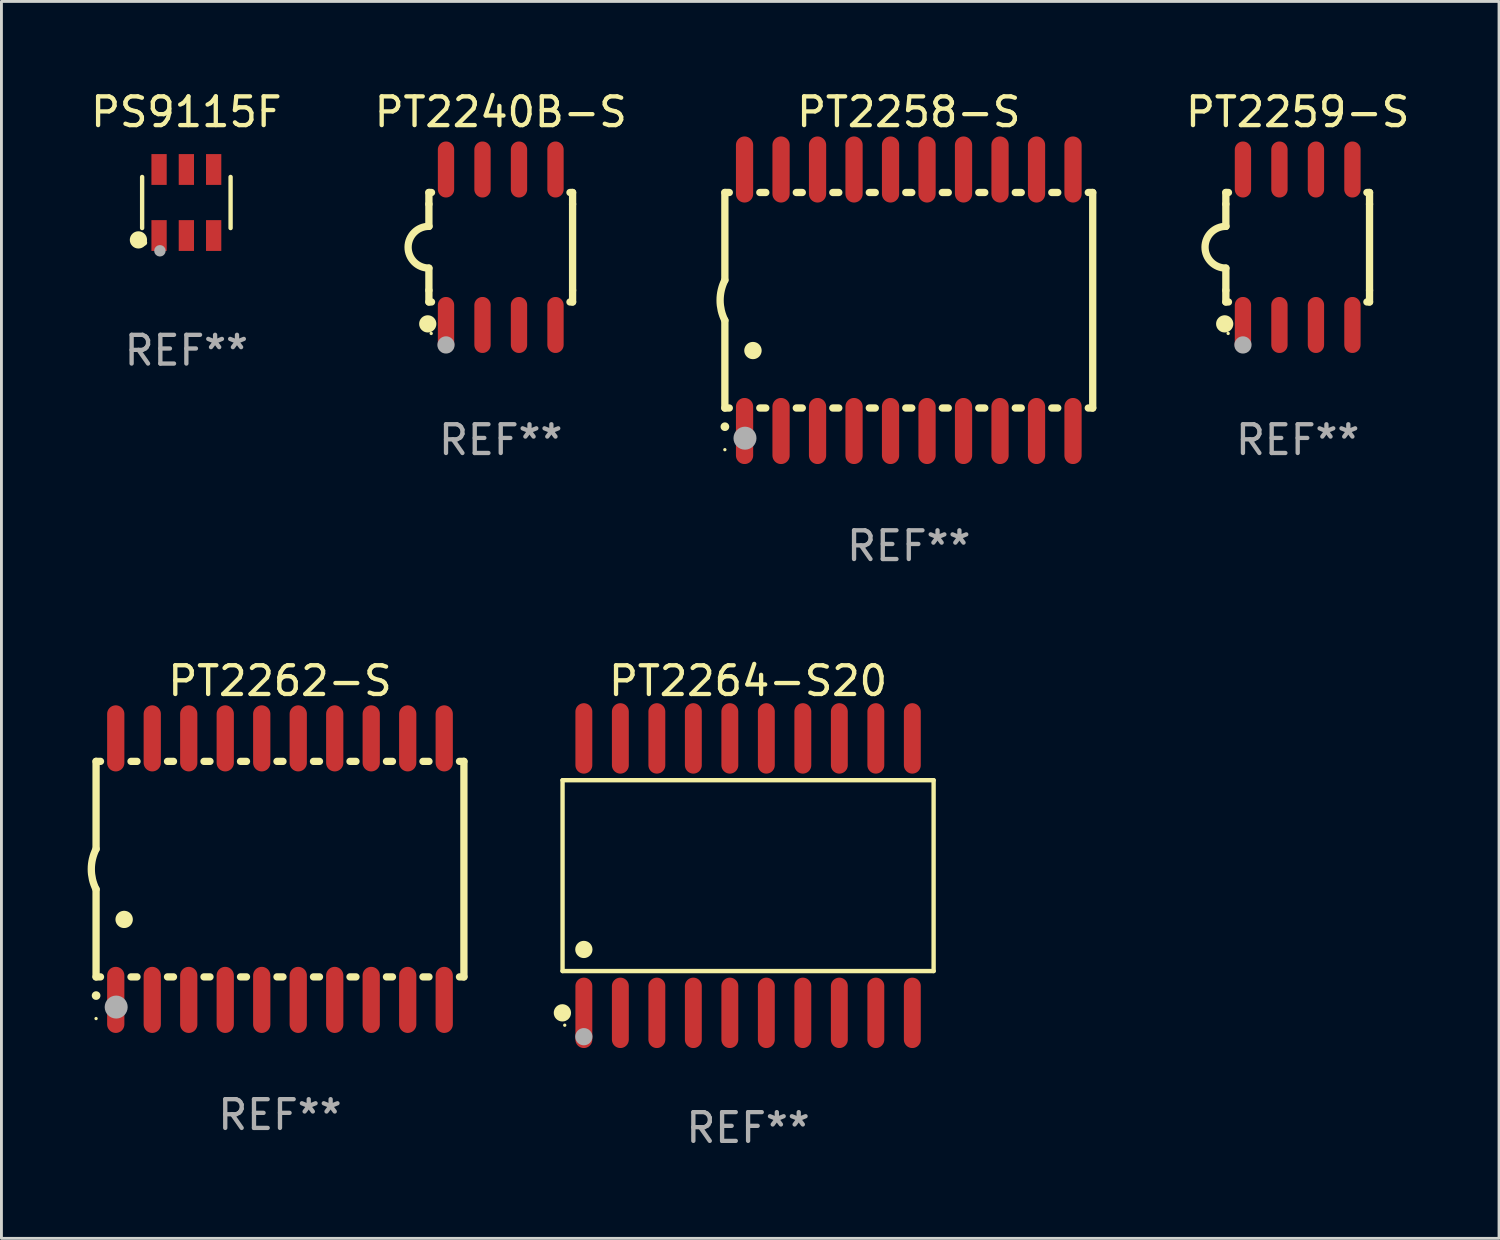
<source format=kicad_pcb>
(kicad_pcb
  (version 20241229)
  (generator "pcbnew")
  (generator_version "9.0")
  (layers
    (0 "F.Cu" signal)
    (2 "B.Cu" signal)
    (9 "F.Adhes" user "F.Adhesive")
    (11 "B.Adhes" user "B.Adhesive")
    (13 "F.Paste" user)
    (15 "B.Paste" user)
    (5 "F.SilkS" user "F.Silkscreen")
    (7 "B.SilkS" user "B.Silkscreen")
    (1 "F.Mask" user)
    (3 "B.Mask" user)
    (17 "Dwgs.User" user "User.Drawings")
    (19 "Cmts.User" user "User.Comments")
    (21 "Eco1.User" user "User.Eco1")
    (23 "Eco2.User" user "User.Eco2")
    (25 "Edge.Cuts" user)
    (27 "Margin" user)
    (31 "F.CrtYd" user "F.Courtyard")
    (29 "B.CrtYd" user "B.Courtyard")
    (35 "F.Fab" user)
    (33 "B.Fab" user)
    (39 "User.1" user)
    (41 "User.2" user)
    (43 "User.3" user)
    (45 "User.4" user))
  (footprint "PS9115F"
    (layer "F.Cu")
    (at 3.435 3.997)
    (property "Reference" "PS9115F" (at 0 -3.149 0) (layer "F.SilkS") (effects (font (size 1 1) (thickness 0.15))))
    (attr through_hole)
    (fp_line (start -1.539 0.889) (end -1.539 -0.889) (stroke (width 0.152) (type solid)) (layer "F.SilkS"))
    (fp_line (start 1.539 0.889) (end 1.539 -0.889) (stroke (width 0.152) (type solid)) (layer "F.SilkS"))
    (fp_circle (center -1.668 1.301) (end -1.518 1.301) (stroke (width 0.3) (type solid)) (fill no) (layer "F.SilkS"))
    (fp_circle (center -1.463 1.4) (end -1.413 1.4) (stroke (width 0.1) (type solid)) (fill no) (layer "F.SilkS"))
    (fp_circle (center -0.92 1.68) (end -0.82 1.68) (stroke (width 0.2) (type solid)) (fill no) (layer "F.Fab"))
    (fp_text user "REF**" (at 0 5.149 0) (layer "F.Fab") (effects (font (size 1 1) (thickness 0.15))))
    (pad "1" smd rect (at -0.95 1.149) (size 0.532 1.072) (layers "F.Cu" "F.Mask" "F.Paste"))
    (pad "2" smd rect (at 0 1.149) (size 0.532 1.072) (layers "F.Cu" "F.Mask" "F.Paste"))
    (pad "3" smd rect (at 0.95 1.149) (size 0.532 1.072) (layers "F.Cu" "F.Mask" "F.Paste"))
    (pad "4" smd rect (at 0.95 -1.149) (size 0.532 1.072) (layers "F.Cu" "F.Mask" "F.Paste"))
    (pad "5" smd rect (at 0 -1.149) (size 0.532 1.072) (layers "F.Cu" "F.Mask" "F.Paste"))
    (pad "6" smd rect (at -0.95 -1.149) (size 0.532 1.072) (layers "F.Cu" "F.Mask" "F.Paste")))
  (footprint "PT2259-S"
    (layer "F.Cu")
    (at 42.107 5.553)
    (property "Reference" "PT2259-S" (at 0 -4.705 0) (layer "F.SilkS") (effects (font (size 1 1) (thickness 0.15))))
    (attr through_hole)
    (fp_line (start -2.5 -1.905) (end -2.409 -1.905) (stroke (width 0.254) (type solid)) (layer "F.SilkS"))
    (fp_line (start -2.5 -1.5) (end -2.5 -1.905) (stroke (width 0.254) (type solid)) (layer "F.SilkS"))
    (fp_line (start -2.5 -1.5) (end -2.5 -0.726) (stroke (width 0.254) (type solid)) (layer "F.SilkS"))
    (fp_line (start -2.5 1.5) (end -2.5 0.727) (stroke (width 0.254) (type solid)) (layer "F.SilkS"))
    (fp_line (start -2.5 1.5) (end -2.5 1.905) (stroke (width 0.254) (type solid)) (layer "F.SilkS"))
    (fp_line (start -2.5 1.905) (end -2.409 1.905) (stroke (width 0.254) (type solid)) (layer "F.SilkS"))
    (fp_line (start 2.5 -1.905) (end 2.409 -1.905) (stroke (width 0.254) (type solid)) (layer "F.SilkS"))
    (fp_line (start 2.5 -1.5) (end 2.5 -1.905) (stroke (width 0.254) (type solid)) (layer "F.SilkS"))
    (fp_line (start 2.5 -1.5) (end 2.5 1.5) (stroke (width 0.254) (type solid)) (layer "F.SilkS"))
    (fp_line (start 2.5 1.5) (end 2.5 1.905) (stroke (width 0.254) (type solid)) (layer "F.SilkS"))
    (fp_line (start 2.5 1.905) (end 2.409 1.905) (stroke (width 0.254) (type solid)) (layer "F.SilkS"))
    (fp_arc (start -2.5 0.726568) (mid -3.220316 -0.0023) (end -2.495097 -0.726289) (stroke (width 0.254001) (type solid)) (layer "F.SilkS"))
    (fp_circle (center -2.54 2.667) (end -2.39 2.667) (stroke (width 0.3) (type solid)) (fill no) (layer "F.SilkS"))
    (fp_circle (center -2.42 3) (end -2.39 3) (stroke (width 0.06) (type solid)) (fill no) (layer "F.SilkS"))
    (fp_circle (center -1.905 3.4) (end -1.755 3.4) (stroke (width 0.3) (type solid)) (fill no) (layer "F.Fab"))
    (fp_text user "REF**" (at 0 6.705 0) (layer "F.Fab") (effects (font (size 1 1) (thickness 0.15))))
    (pad "1" smd oval (at -1.905 2.705) (size 0.568 1.95) (layers "F.Cu" "F.Mask" "F.Paste"))
    (pad "2" smd oval (at -0.635 2.705) (size 0.568 1.95) (layers "F.Cu" "F.Mask" "F.Paste"))
    (pad "3" smd oval (at 0.635 2.705) (size 0.568 1.95) (layers "F.Cu" "F.Mask" "F.Paste"))
    (pad "4" smd oval (at 1.905 2.705) (size 0.568 1.95) (layers "F.Cu" "F.Mask" "F.Paste"))
    (pad "5" smd oval (at 1.905 -2.705) (size 0.568 1.95) (layers "F.Cu" "F.Mask" "F.Paste"))
    (pad "6" smd oval (at 0.635 -2.705) (size 0.568 1.95) (layers "F.Cu" "F.Mask" "F.Paste"))
    (pad "7" smd oval (at -0.635 -2.705) (size 0.568 1.95) (layers "F.Cu" "F.Mask" "F.Paste"))
    (pad "8" smd oval (at -1.905 -2.705) (size 0.568 1.95) (layers "F.Cu" "F.Mask" "F.Paste")))
  (footprint "PT2258-S"
    (layer "F.Cu")
    (at 28.574 7.398)
    (property "Reference" "PT2258-S" (at 0 -6.55 0) (layer "F.SilkS") (effects (font (size 1 1) (thickness 0.15))))
    (attr through_hole)
    (fp_line (start -6.4 -3.75) (end -6.4 -0.7) (stroke (width 0.254) (type solid)) (layer "F.SilkS"))
    (fp_line (start -6.4 -3.75) (end -6.246 -3.75) (stroke (width 0.254) (type solid)) (layer "F.SilkS"))
    (fp_line (start -6.4 3.75) (end -6.4 0.7) (stroke (width 0.254) (type solid)) (layer "F.SilkS"))
    (fp_line (start -6.246 3.75) (end -6.4 3.75) (stroke (width 0.254) (type solid)) (layer "F.SilkS"))
    (fp_line (start -5.184 -3.75) (end -4.976 -3.75) (stroke (width 0.254) (type solid)) (layer "F.SilkS"))
    (fp_line (start -4.976 3.75) (end -5.184 3.75) (stroke (width 0.254) (type solid)) (layer "F.SilkS"))
    (fp_line (start -3.914 -3.75) (end -3.706 -3.75) (stroke (width 0.254) (type solid)) (layer "F.SilkS"))
    (fp_line (start -3.706 3.75) (end -3.914 3.75) (stroke (width 0.254) (type solid)) (layer "F.SilkS"))
    (fp_line (start -2.644 -3.75) (end -2.436 -3.75) (stroke (width 0.254) (type solid)) (layer "F.SilkS"))
    (fp_line (start -2.436 3.75) (end -2.644 3.75) (stroke (width 0.254) (type solid)) (layer "F.SilkS"))
    (fp_line (start -1.374 -3.75) (end -1.166 -3.75) (stroke (width 0.254) (type solid)) (layer "F.SilkS"))
    (fp_line (start -1.166 3.75) (end -1.374 3.75) (stroke (width 0.254) (type solid)) (layer "F.SilkS"))
    (fp_line (start -0.104 -3.75) (end 0.104 -3.75) (stroke (width 0.254) (type solid)) (layer "F.SilkS"))
    (fp_line (start 0.104 3.75) (end -0.104 3.75) (stroke (width 0.254) (type solid)) (layer "F.SilkS"))
    (fp_line (start 1.166 -3.75) (end 1.374 -3.75) (stroke (width 0.254) (type solid)) (layer "F.SilkS"))
    (fp_line (start 1.374 3.75) (end 1.166 3.75) (stroke (width 0.254) (type solid)) (layer "F.SilkS"))
    (fp_line (start 2.436 -3.75) (end 2.644 -3.75) (stroke (width 0.254) (type solid)) (layer "F.SilkS"))
    (fp_line (start 2.644 3.75) (end 2.436 3.75) (stroke (width 0.254) (type solid)) (layer "F.SilkS"))
    (fp_line (start 3.706 -3.75) (end 3.914 -3.75) (stroke (width 0.254) (type solid)) (layer "F.SilkS"))
    (fp_line (start 3.914 3.75) (end 3.706 3.75) (stroke (width 0.254) (type solid)) (layer "F.SilkS"))
    (fp_line (start 4.976 -3.75) (end 5.184 -3.75) (stroke (width 0.254) (type solid)) (layer "F.SilkS"))
    (fp_line (start 5.184 3.75) (end 4.976 3.75) (stroke (width 0.254) (type solid)) (layer "F.SilkS"))
    (fp_line (start 6.246 -3.75) (end 6.4 -3.75) (stroke (width 0.254) (type solid)) (layer "F.SilkS"))
    (fp_line (start 6.4 -3.75) (end 6.4 3.75) (stroke (width 0.254) (type solid)) (layer "F.SilkS"))
    (fp_line (start 6.4 3.75) (end 6.246 3.75) (stroke (width 0.254) (type solid)) (layer "F.SilkS"))
    (fp_arc (start -6.400812 0.701041) (mid -6.565912 0.000428) (end -6.400025 -0.7) (stroke (width 0.254001) (type solid)) (layer "F.SilkS"))
    (fp_arc (start -6.400025 4.4) (mid -6.398755 4.399995) (end -6.397485 4.4) (stroke (width 0.3) (type solid)) (layer "F.SilkS"))
    (fp_arc (start -5.425451 1.750064) (mid -5.422911 1.750053) (end -5.420371 1.750064) (stroke (width 0.6) (type solid)) (layer "F.SilkS"))
    (fp_circle (center -6.4 5.2) (end -6.37 5.2) (stroke (width 0.06) (type solid)) (fill no) (layer "F.SilkS"))
    (fp_circle (center -5.7 4.8) (end -5.5 4.8) (stroke (width 0.4) (type solid)) (fill no) (layer "F.Fab"))
    (fp_text user "REF**" (at 0 8.55 0) (layer "F.Fab") (effects (font (size 1 1) (thickness 0.15))))
    (pad "1" smd oval (at -5.715 4.55 180) (size 0.6 2.3) (layers "F.Cu" "F.Mask" "F.Paste"))
    (pad "2" smd oval (at -4.445 4.55 180) (size 0.6 2.3) (layers "F.Cu" "F.Mask" "F.Paste"))
    (pad "3" smd oval (at -3.175 4.55 180) (size 0.6 2.3) (layers "F.Cu" "F.Mask" "F.Paste"))
    (pad "4" smd oval (at -1.905 4.55 180) (size 0.6 2.3) (layers "F.Cu" "F.Mask" "F.Paste"))
    (pad "5" smd oval (at -0.635 4.55 180) (size 0.6 2.3) (layers "F.Cu" "F.Mask" "F.Paste"))
    (pad "6" smd oval (at 0.635 4.55 180) (size 0.6 2.3) (layers "F.Cu" "F.Mask" "F.Paste"))
    (pad "7" smd oval (at 1.905 4.55 180) (size 0.6 2.3) (layers "F.Cu" "F.Mask" "F.Paste"))
    (pad "8" smd oval (at 3.175 4.55 180) (size 0.6 2.3) (layers "F.Cu" "F.Mask" "F.Paste"))
    (pad "9" smd oval (at 4.445 4.55 180) (size 0.6 2.3) (layers "F.Cu" "F.Mask" "F.Paste"))
    (pad "10" smd oval (at 5.715 4.55 180) (size 0.6 2.3) (layers "F.Cu" "F.Mask" "F.Paste"))
    (pad "11" smd oval (at 5.715 -4.55 180) (size 0.6 2.3) (layers "F.Cu" "F.Mask" "F.Paste"))
    (pad "12" smd oval (at 4.445 -4.55 180) (size 0.6 2.3) (layers "F.Cu" "F.Mask" "F.Paste"))
    (pad "13" smd oval (at 3.175 -4.55 180) (size 0.6 2.3) (layers "F.Cu" "F.Mask" "F.Paste"))
    (pad "14" smd oval (at 1.905 -4.55 180) (size 0.6 2.3) (layers "F.Cu" "F.Mask" "F.Paste"))
    (pad "15" smd oval (at 0.635 -4.55 180) (size 0.6 2.3) (layers "F.Cu" "F.Mask" "F.Paste"))
    (pad "16" smd oval (at -0.635 -4.55 180) (size 0.6 2.3) (layers "F.Cu" "F.Mask" "F.Paste"))
    (pad "17" smd oval (at -1.905 -4.55 180) (size 0.6 2.3) (layers "F.Cu" "F.Mask" "F.Paste"))
    (pad "18" smd oval (at -3.175 -4.55 180) (size 0.6 2.3) (layers "F.Cu" "F.Mask" "F.Paste"))
    (pad "19" smd oval (at -4.445 -4.55 180) (size 0.6 2.3) (layers "F.Cu" "F.Mask" "F.Paste"))
    (pad "20" smd oval (at -5.715 -4.55 180) (size 0.6 2.3) (layers "F.Cu" "F.Mask" "F.Paste")))
  (footprint "PT2264-S20"
    (layer "F.Cu")
    (at 22.982 27.42)
    (property "Reference" "PT2264-S20" (at 0 -6.775 0) (layer "F.SilkS") (effects (font (size 1 1) (thickness 0.15))))
    (attr through_hole)
    (fp_line (start -6.456 -3.321) (end 6.456 -3.321) (stroke (width 0.152) (type solid)) (layer "F.SilkS"))
    (fp_line (start -6.456 3.321) (end -6.456 -3.321) (stroke (width 0.152) (type solid)) (layer "F.SilkS"))
    (fp_line (start 6.456 -3.321) (end 6.456 3.321) (stroke (width 0.152) (type solid)) (layer "F.SilkS"))
    (fp_line (start 6.456 3.321) (end -6.456 3.321) (stroke (width 0.152) (type solid)) (layer "F.SilkS"))
    (fp_circle (center -6.462 4.775) (end -6.311 4.775) (stroke (width 0.3) (type solid)) (fill no) (layer "F.SilkS"))
    (fp_circle (center -6.38 5.205) (end -6.35 5.205) (stroke (width 0.06) (type solid)) (fill no) (layer "F.SilkS"))
    (fp_circle (center -5.715 2.569) (end -5.565 2.569) (stroke (width 0.3) (type solid)) (fill no) (layer "F.SilkS"))
    (fp_circle (center -5.715 5.605) (end -5.565 5.605) (stroke (width 0.3) (type solid)) (fill no) (layer "F.Fab"))
    (fp_text user "REF**" (at 0 8.775 0) (layer "F.Fab") (effects (font (size 1 1) (thickness 0.15))))
    (pad "1" smd oval (at -5.715 4.775) (size 0.588 2.45) (layers "F.Cu" "F.Mask" "F.Paste"))
    (pad "2" smd oval (at -4.445 4.775) (size 0.588 2.45) (layers "F.Cu" "F.Mask" "F.Paste"))
    (pad "3" smd oval (at -3.175 4.775) (size 0.588 2.45) (layers "F.Cu" "F.Mask" "F.Paste"))
    (pad "4" smd oval (at -1.905 4.775) (size 0.588 2.45) (layers "F.Cu" "F.Mask" "F.Paste"))
    (pad "5" smd oval (at -0.635 4.775) (size 0.588 2.45) (layers "F.Cu" "F.Mask" "F.Paste"))
    (pad "6" smd oval (at 0.635 4.775) (size 0.588 2.45) (layers "F.Cu" "F.Mask" "F.Paste"))
    (pad "7" smd oval (at 1.905 4.775) (size 0.588 2.45) (layers "F.Cu" "F.Mask" "F.Paste"))
    (pad "8" smd oval (at 3.175 4.775) (size 0.588 2.45) (layers "F.Cu" "F.Mask" "F.Paste"))
    (pad "9" smd oval (at 4.445 4.775) (size 0.588 2.45) (layers "F.Cu" "F.Mask" "F.Paste"))
    (pad "10" smd oval (at 5.715 4.775) (size 0.588 2.45) (layers "F.Cu" "F.Mask" "F.Paste"))
    (pad "11" smd oval (at 5.715 -4.775) (size 0.588 2.45) (layers "F.Cu" "F.Mask" "F.Paste"))
    (pad "12" smd oval (at 4.445 -4.775) (size 0.588 2.45) (layers "F.Cu" "F.Mask" "F.Paste"))
    (pad "13" smd oval (at 3.175 -4.775) (size 0.588 2.45) (layers "F.Cu" "F.Mask" "F.Paste"))
    (pad "14" smd oval (at 1.905 -4.775) (size 0.588 2.45) (layers "F.Cu" "F.Mask" "F.Paste"))
    (pad "15" smd oval (at 0.635 -4.775) (size 0.588 2.45) (layers "F.Cu" "F.Mask" "F.Paste"))
    (pad "16" smd oval (at -0.635 -4.775) (size 0.588 2.45) (layers "F.Cu" "F.Mask" "F.Paste"))
    (pad "17" smd oval (at -1.905 -4.775) (size 0.588 2.45) (layers "F.Cu" "F.Mask" "F.Paste"))
    (pad "18" smd oval (at -3.175 -4.775) (size 0.588 2.45) (layers "F.Cu" "F.Mask" "F.Paste"))
    (pad "19" smd oval (at -4.445 -4.775) (size 0.588 2.45) (layers "F.Cu" "F.Mask" "F.Paste"))
    (pad "20" smd oval (at -5.715 -4.775) (size 0.588 2.45) (layers "F.Cu" "F.Mask" "F.Paste")))
  (footprint "PT2262-S"
    (layer "F.Cu")
    (at 6.693 27.194)
    (property "Reference" "PT2262-S" (at 0 -6.55 0) (layer "F.SilkS") (effects (font (size 1 1) (thickness 0.15))))
    (attr through_hole)
    (fp_line (start -6.4 -3.75) (end -6.4 -0.7) (stroke (width 0.254) (type solid)) (layer "F.SilkS"))
    (fp_line (start -6.4 -3.75) (end -6.246 -3.75) (stroke (width 0.254) (type solid)) (layer "F.SilkS"))
    (fp_line (start -6.4 3.75) (end -6.4 0.7) (stroke (width 0.254) (type solid)) (layer "F.SilkS"))
    (fp_line (start -6.246 3.75) (end -6.4 3.75) (stroke (width 0.254) (type solid)) (layer "F.SilkS"))
    (fp_line (start -5.184 -3.75) (end -4.976 -3.75) (stroke (width 0.254) (type solid)) (layer "F.SilkS"))
    (fp_line (start -4.976 3.75) (end -5.184 3.75) (stroke (width 0.254) (type solid)) (layer "F.SilkS"))
    (fp_line (start -3.914 -3.75) (end -3.706 -3.75) (stroke (width 0.254) (type solid)) (layer "F.SilkS"))
    (fp_line (start -3.706 3.75) (end -3.914 3.75) (stroke (width 0.254) (type solid)) (layer "F.SilkS"))
    (fp_line (start -2.644 -3.75) (end -2.436 -3.75) (stroke (width 0.254) (type solid)) (layer "F.SilkS"))
    (fp_line (start -2.436 3.75) (end -2.644 3.75) (stroke (width 0.254) (type solid)) (layer "F.SilkS"))
    (fp_line (start -1.374 -3.75) (end -1.166 -3.75) (stroke (width 0.254) (type solid)) (layer "F.SilkS"))
    (fp_line (start -1.166 3.75) (end -1.374 3.75) (stroke (width 0.254) (type solid)) (layer "F.SilkS"))
    (fp_line (start -0.104 -3.75) (end 0.104 -3.75) (stroke (width 0.254) (type solid)) (layer "F.SilkS"))
    (fp_line (start 0.104 3.75) (end -0.104 3.75) (stroke (width 0.254) (type solid)) (layer "F.SilkS"))
    (fp_line (start 1.166 -3.75) (end 1.374 -3.75) (stroke (width 0.254) (type solid)) (layer "F.SilkS"))
    (fp_line (start 1.374 3.75) (end 1.166 3.75) (stroke (width 0.254) (type solid)) (layer "F.SilkS"))
    (fp_line (start 2.436 -3.75) (end 2.644 -3.75) (stroke (width 0.254) (type solid)) (layer "F.SilkS"))
    (fp_line (start 2.644 3.75) (end 2.436 3.75) (stroke (width 0.254) (type solid)) (layer "F.SilkS"))
    (fp_line (start 3.706 -3.75) (end 3.914 -3.75) (stroke (width 0.254) (type solid)) (layer "F.SilkS"))
    (fp_line (start 3.914 3.75) (end 3.706 3.75) (stroke (width 0.254) (type solid)) (layer "F.SilkS"))
    (fp_line (start 4.976 -3.75) (end 5.184 -3.75) (stroke (width 0.254) (type solid)) (layer "F.SilkS"))
    (fp_line (start 5.184 3.75) (end 4.976 3.75) (stroke (width 0.254) (type solid)) (layer "F.SilkS"))
    (fp_line (start 6.246 -3.75) (end 6.4 -3.75) (stroke (width 0.254) (type solid)) (layer "F.SilkS"))
    (fp_line (start 6.4 -3.75) (end 6.4 3.75) (stroke (width 0.254) (type solid)) (layer "F.SilkS"))
    (fp_line (start 6.4 3.75) (end 6.246 3.75) (stroke (width 0.254) (type solid)) (layer "F.SilkS"))
    (fp_arc (start -6.400812 0.701041) (mid -6.565912 0.000428) (end -6.400025 -0.7) (stroke (width 0.254001) (type solid)) (layer "F.SilkS"))
    (fp_arc (start -6.400025 4.4) (mid -6.398755 4.399995) (end -6.397485 4.4) (stroke (width 0.3) (type solid)) (layer "F.SilkS"))
    (fp_arc (start -5.425451 1.750064) (mid -5.422911 1.750053) (end -5.420371 1.750064) (stroke (width 0.6) (type solid)) (layer "F.SilkS"))
    (fp_circle (center -6.4 5.2) (end -6.37 5.2) (stroke (width 0.06) (type solid)) (fill no) (layer "F.SilkS"))
    (fp_circle (center -5.7 4.8) (end -5.5 4.8) (stroke (width 0.4) (type solid)) (fill no) (layer "F.Fab"))
    (fp_text user "REF**" (at 0 8.55 0) (layer "F.Fab") (effects (font (size 1 1) (thickness 0.15))))
    (pad "1" smd oval (at -5.715 4.55 180) (size 0.6 2.3) (layers "F.Cu" "F.Mask" "F.Paste"))
    (pad "2" smd oval (at -4.445 4.55 180) (size 0.6 2.3) (layers "F.Cu" "F.Mask" "F.Paste"))
    (pad "3" smd oval (at -3.175 4.55 180) (size 0.6 2.3) (layers "F.Cu" "F.Mask" "F.Paste"))
    (pad "4" smd oval (at -1.905 4.55 180) (size 0.6 2.3) (layers "F.Cu" "F.Mask" "F.Paste"))
    (pad "5" smd oval (at -0.635 4.55 180) (size 0.6 2.3) (layers "F.Cu" "F.Mask" "F.Paste"))
    (pad "6" smd oval (at 0.635 4.55 180) (size 0.6 2.3) (layers "F.Cu" "F.Mask" "F.Paste"))
    (pad "7" smd oval (at 1.905 4.55 180) (size 0.6 2.3) (layers "F.Cu" "F.Mask" "F.Paste"))
    (pad "8" smd oval (at 3.175 4.55 180) (size 0.6 2.3) (layers "F.Cu" "F.Mask" "F.Paste"))
    (pad "9" smd oval (at 4.445 4.55 180) (size 0.6 2.3) (layers "F.Cu" "F.Mask" "F.Paste"))
    (pad "10" smd oval (at 5.715 4.55 180) (size 0.6 2.3) (layers "F.Cu" "F.Mask" "F.Paste"))
    (pad "11" smd oval (at 5.715 -4.55 180) (size 0.6 2.3) (layers "F.Cu" "F.Mask" "F.Paste"))
    (pad "12" smd oval (at 4.445 -4.55 180) (size 0.6 2.3) (layers "F.Cu" "F.Mask" "F.Paste"))
    (pad "13" smd oval (at 3.175 -4.55 180) (size 0.6 2.3) (layers "F.Cu" "F.Mask" "F.Paste"))
    (pad "14" smd oval (at 1.905 -4.55 180) (size 0.6 2.3) (layers "F.Cu" "F.Mask" "F.Paste"))
    (pad "15" smd oval (at 0.635 -4.55 180) (size 0.6 2.3) (layers "F.Cu" "F.Mask" "F.Paste"))
    (pad "16" smd oval (at -0.635 -4.55 180) (size 0.6 2.3) (layers "F.Cu" "F.Mask" "F.Paste"))
    (pad "17" smd oval (at -1.905 -4.55 180) (size 0.6 2.3) (layers "F.Cu" "F.Mask" "F.Paste"))
    (pad "18" smd oval (at -3.175 -4.55 180) (size 0.6 2.3) (layers "F.Cu" "F.Mask" "F.Paste"))
    (pad "19" smd oval (at -4.445 -4.55 180) (size 0.6 2.3) (layers "F.Cu" "F.Mask" "F.Paste"))
    (pad "20" smd oval (at -5.715 -4.55 180) (size 0.6 2.3) (layers "F.Cu" "F.Mask" "F.Paste")))
  (footprint "PT2240B-S"
    (layer "F.Cu")
    (at 14.375 5.553)
    (property "Reference" "PT2240B-S" (at 0 -4.705 0) (layer "F.SilkS") (effects (font (size 1 1) (thickness 0.15))))
    (attr through_hole)
    (fp_line (start -2.5 -1.905) (end -2.409 -1.905) (stroke (width 0.254) (type solid)) (layer "F.SilkS"))
    (fp_line (start -2.5 -1.5) (end -2.5 -1.905) (stroke (width 0.254) (type solid)) (layer "F.SilkS"))
    (fp_line (start -2.5 -1.5) (end -2.5 -0.726) (stroke (width 0.254) (type solid)) (layer "F.SilkS"))
    (fp_line (start -2.5 1.5) (end -2.5 0.727) (stroke (width 0.254) (type solid)) (layer "F.SilkS"))
    (fp_line (start -2.5 1.5) (end -2.5 1.905) (stroke (width 0.254) (type solid)) (layer "F.SilkS"))
    (fp_line (start -2.5 1.905) (end -2.409 1.905) (stroke (width 0.254) (type solid)) (layer "F.SilkS"))
    (fp_line (start 2.5 -1.905) (end 2.409 -1.905) (stroke (width 0.254) (type solid)) (layer "F.SilkS"))
    (fp_line (start 2.5 -1.5) (end 2.5 -1.905) (stroke (width 0.254) (type solid)) (layer "F.SilkS"))
    (fp_line (start 2.5 -1.5) (end 2.5 1.5) (stroke (width 0.254) (type solid)) (layer "F.SilkS"))
    (fp_line (start 2.5 1.5) (end 2.5 1.905) (stroke (width 0.254) (type solid)) (layer "F.SilkS"))
    (fp_line (start 2.5 1.905) (end 2.409 1.905) (stroke (width 0.254) (type solid)) (layer "F.SilkS"))
    (fp_arc (start -2.5 0.726568) (mid -3.220316 -0.0023) (end -2.495097 -0.726289) (stroke (width 0.254001) (type solid)) (layer "F.SilkS"))
    (fp_circle (center -2.54 2.667) (end -2.39 2.667) (stroke (width 0.3) (type solid)) (fill no) (layer "F.SilkS"))
    (fp_circle (center -2.42 3) (end -2.39 3) (stroke (width 0.06) (type solid)) (fill no) (layer "F.SilkS"))
    (fp_circle (center -1.905 3.4) (end -1.755 3.4) (stroke (width 0.3) (type solid)) (fill no) (layer "F.Fab"))
    (fp_text user "REF**" (at 0 6.705 0) (layer "F.Fab") (effects (font (size 1 1) (thickness 0.15))))
    (pad "1" smd oval (at -1.905 2.705) (size 0.568 1.95) (layers "F.Cu" "F.Mask" "F.Paste"))
    (pad "2" smd oval (at -0.635 2.705) (size 0.568 1.95) (layers "F.Cu" "F.Mask" "F.Paste"))
    (pad "3" smd oval (at 0.635 2.705) (size 0.568 1.95) (layers "F.Cu" "F.Mask" "F.Paste"))
    (pad "4" smd oval (at 1.905 2.705) (size 0.568 1.95) (layers "F.Cu" "F.Mask" "F.Paste"))
    (pad "5" smd oval (at 1.905 -2.705) (size 0.568 1.95) (layers "F.Cu" "F.Mask" "F.Paste"))
    (pad "6" smd oval (at 0.635 -2.705) (size 0.568 1.95) (layers "F.Cu" "F.Mask" "F.Paste"))
    (pad "7" smd oval (at -0.635 -2.705) (size 0.568 1.95) (layers "F.Cu" "F.Mask" "F.Paste"))
    (pad "8" smd oval (at -1.905 -2.705) (size 0.568 1.95) (layers "F.Cu" "F.Mask" "F.Paste")))
  (gr_rect
    (start -3 -3)
    (end 49.113 40.043)
    (stroke (width 0.1) (type default))
    (fill no)
    (layer "Edge.Cuts")))
</source>
